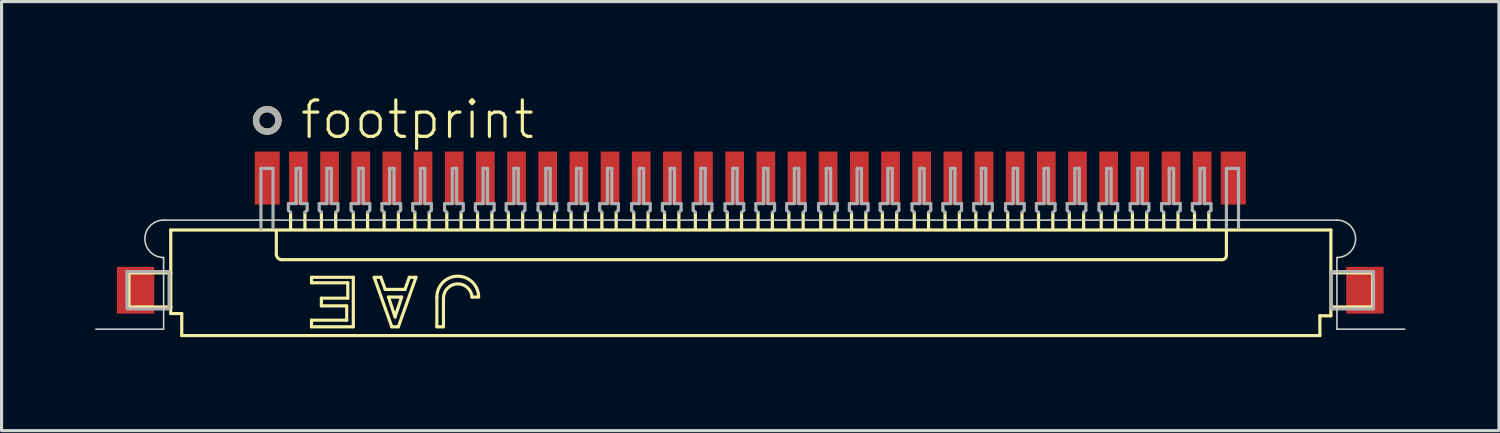
<source format=kicad_pcb>
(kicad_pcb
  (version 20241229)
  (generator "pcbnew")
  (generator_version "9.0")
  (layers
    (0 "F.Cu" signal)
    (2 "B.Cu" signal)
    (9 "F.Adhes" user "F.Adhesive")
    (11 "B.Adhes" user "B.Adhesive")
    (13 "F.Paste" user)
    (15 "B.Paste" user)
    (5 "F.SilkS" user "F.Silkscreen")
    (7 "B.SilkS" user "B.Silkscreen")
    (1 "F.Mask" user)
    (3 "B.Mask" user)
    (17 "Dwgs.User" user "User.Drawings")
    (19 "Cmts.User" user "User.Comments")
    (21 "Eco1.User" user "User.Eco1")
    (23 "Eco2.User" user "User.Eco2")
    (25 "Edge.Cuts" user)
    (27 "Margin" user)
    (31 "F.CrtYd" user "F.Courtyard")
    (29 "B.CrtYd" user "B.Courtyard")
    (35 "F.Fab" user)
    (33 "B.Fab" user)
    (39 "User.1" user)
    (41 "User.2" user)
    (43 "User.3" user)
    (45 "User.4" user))
  (footprint "footprint"
    (layer "F.Cu")
    (at 21.025 4.013)
    (property "Reference" "footprint" (at -14.5 -2.54 0) (layer "F.SilkS") (effects (font (size 1.168 1.168) (thickness 0.102)) (justify left bottom)))
    (fp_line (start -19.937 1.694) (end -18.596 1.694) (stroke (width 0.102) (type solid)) (layer "F.SilkS"))
    (fp_line (start -19.937 2.788) (end -19.937 1.694) (stroke (width 0.102) (type solid)) (layer "F.SilkS"))
    (fp_line (start -19.937 2.788) (end -18.596 2.788) (stroke (width 0.102) (type solid)) (layer "F.SilkS"))
    (fp_line (start -18.596 0.318) (end -18.596 1.694) (stroke (width 0.102) (type solid)) (layer "F.SilkS"))
    (fp_line (start -18.596 1.694) (end -18.596 2.788) (stroke (width 0.102) (type solid)) (layer "F.SilkS"))
    (fp_line (start -18.596 2.788) (end -18.596 2.999) (stroke (width 0.102) (type solid)) (layer "F.SilkS"))
    (fp_line (start -18.596 2.999) (end -18.243 2.999) (stroke (width 0.102) (type solid)) (layer "F.SilkS"))
    (fp_line (start -18.243 2.999) (end -18.243 3.705) (stroke (width 0.102) (type solid)) (layer "F.SilkS"))
    (fp_line (start -18.243 3.705) (end 18.278 3.705) (stroke (width 0.102) (type solid)) (layer "F.SilkS"))
    (fp_line (start -15.208 0.353) (end -15.208 1.094) (stroke (width 0.102) (type solid)) (layer "F.SilkS"))
    (fp_line (start -15.032 1.27) (end 15.138 1.27) (stroke (width 0.102) (type solid)) (layer "F.SilkS"))
    (fp_line (start -14.75 0.282) (end -14.75 -0.247) (stroke (width 0.102) (type solid)) (layer "F.SilkS"))
    (fp_line (start -14.291 -0.247) (end -14.291 0.282) (stroke (width 0.102) (type solid)) (layer "F.SilkS"))
    (fp_line (start -14.079 1.835) (end -12.738 1.835) (stroke (width 0.102) (type solid)) (layer "F.SilkS"))
    (fp_line (start -14.079 2.011) (end -14.079 1.835) (stroke (width 0.102) (type solid)) (layer "F.SilkS"))
    (fp_line (start -14.079 3.211) (end -12.95 3.211) (stroke (width 0.102) (type solid)) (layer "F.SilkS"))
    (fp_line (start -14.079 3.423) (end -14.079 3.211) (stroke (width 0.102) (type solid)) (layer "F.SilkS"))
    (fp_line (start -13.762 2.505) (end -12.915 2.505) (stroke (width 0.102) (type solid)) (layer "F.SilkS"))
    (fp_line (start -13.762 2.752) (end -13.762 2.505) (stroke (width 0.102) (type solid)) (layer "F.SilkS"))
    (fp_line (start -13.762 0.282) (end -13.762 -0.247) (stroke (width 0.102) (type solid)) (layer "F.SilkS"))
    (fp_line (start -13.303 -0.247) (end -13.303 0.282) (stroke (width 0.102) (type solid)) (layer "F.SilkS"))
    (fp_line (start -12.95 2.752) (end -13.762 2.752) (stroke (width 0.102) (type solid)) (layer "F.SilkS"))
    (fp_line (start -12.95 3.211) (end -12.95 2.752) (stroke (width 0.102) (type solid)) (layer "F.SilkS"))
    (fp_line (start -12.915 2.011) (end -14.079 2.011) (stroke (width 0.102) (type solid)) (layer "F.SilkS"))
    (fp_line (start -12.915 2.505) (end -12.915 2.011) (stroke (width 0.102) (type solid)) (layer "F.SilkS"))
    (fp_line (start -12.738 1.835) (end -12.738 3.423) (stroke (width 0.102) (type solid)) (layer "F.SilkS"))
    (fp_line (start -12.738 3.423) (end -14.079 3.423) (stroke (width 0.102) (type solid)) (layer "F.SilkS"))
    (fp_line (start -12.738 0.282) (end -12.738 -0.247) (stroke (width 0.102) (type solid)) (layer "F.SilkS"))
    (fp_line (start -12.28 -0.247) (end -12.28 0.282) (stroke (width 0.102) (type solid)) (layer "F.SilkS"))
    (fp_line (start -12.068 1.835) (end -11.503 3.423) (stroke (width 0.102) (type solid)) (layer "F.SilkS"))
    (fp_line (start -11.856 1.835) (end -12.068 1.835) (stroke (width 0.102) (type solid)) (layer "F.SilkS"))
    (fp_line (start -11.75 0.282) (end -11.75 -0.247) (stroke (width 0.102) (type solid)) (layer "F.SilkS"))
    (fp_line (start -11.715 2.223) (end -11.856 1.835) (stroke (width 0.102) (type solid)) (layer "F.SilkS"))
    (fp_line (start -11.609 2.47) (end -11.398 3.105) (stroke (width 0.102) (type solid)) (layer "F.SilkS"))
    (fp_line (start -11.503 3.423) (end -11.292 3.423) (stroke (width 0.102) (type solid)) (layer "F.SilkS"))
    (fp_line (start -11.398 3.105) (end -11.186 2.47) (stroke (width 0.102) (type solid)) (layer "F.SilkS"))
    (fp_line (start -11.292 3.423) (end -10.727 1.835) (stroke (width 0.102) (type solid)) (layer "F.SilkS"))
    (fp_line (start -11.291 -0.247) (end -11.291 0.282) (stroke (width 0.102) (type solid)) (layer "F.SilkS"))
    (fp_line (start -11.186 2.47) (end -11.609 2.47) (stroke (width 0.102) (type solid)) (layer "F.SilkS"))
    (fp_line (start -11.08 2.223) (end -11.715 2.223) (stroke (width 0.102) (type solid)) (layer "F.SilkS"))
    (fp_line (start -10.939 1.835) (end -11.08 2.223) (stroke (width 0.102) (type solid)) (layer "F.SilkS"))
    (fp_line (start -10.762 0.282) (end -10.762 -0.247) (stroke (width 0.102) (type solid)) (layer "F.SilkS"))
    (fp_line (start -10.727 1.835) (end -10.939 1.835) (stroke (width 0.102) (type solid)) (layer "F.SilkS"))
    (fp_line (start -10.303 -0.247) (end -10.303 0.282) (stroke (width 0.102) (type solid)) (layer "F.SilkS"))
    (fp_line (start -10.057 3.423) (end -10.057 2.47) (stroke (width 0.102) (type solid)) (layer "F.SilkS"))
    (fp_line (start -10.057 3.423) (end -9.845 3.423) (stroke (width 0.102) (type solid)) (layer "F.SilkS"))
    (fp_line (start -9.845 3.423) (end -9.845 2.505) (stroke (width 0.102) (type solid)) (layer "F.SilkS"))
    (fp_line (start -9.738 0.282) (end -9.738 -0.247) (stroke (width 0.102) (type solid)) (layer "F.SilkS"))
    (fp_line (start -9.28 -0.247) (end -9.28 0.282) (stroke (width 0.102) (type solid)) (layer "F.SilkS"))
    (fp_line (start -8.928 2.47) (end -8.751 2.47) (stroke (width 0.102) (type solid)) (layer "F.SilkS"))
    (fp_line (start -8.75 0.282) (end -8.75 -0.247) (stroke (width 0.102) (type solid)) (layer "F.SilkS"))
    (fp_line (start -8.291 -0.247) (end -8.291 0.282) (stroke (width 0.102) (type solid)) (layer "F.SilkS"))
    (fp_line (start -7.762 0.282) (end -7.762 -0.247) (stroke (width 0.102) (type solid)) (layer "F.SilkS"))
    (fp_line (start -7.303 -0.247) (end -7.303 0.282) (stroke (width 0.102) (type solid)) (layer "F.SilkS"))
    (fp_line (start -6.738 0.282) (end -6.738 -0.247) (stroke (width 0.102) (type solid)) (layer "F.SilkS"))
    (fp_line (start -6.28 -0.247) (end -6.28 0.282) (stroke (width 0.102) (type solid)) (layer "F.SilkS"))
    (fp_line (start -5.75 0.282) (end -5.75 -0.247) (stroke (width 0.102) (type solid)) (layer "F.SilkS"))
    (fp_line (start -5.291 -0.247) (end -5.291 0.282) (stroke (width 0.102) (type solid)) (layer "F.SilkS"))
    (fp_line (start -4.762 0.282) (end -4.762 -0.247) (stroke (width 0.102) (type solid)) (layer "F.SilkS"))
    (fp_line (start -4.303 -0.247) (end -4.303 0.282) (stroke (width 0.102) (type solid)) (layer "F.SilkS"))
    (fp_line (start -3.738 0.282) (end -3.738 -0.247) (stroke (width 0.102) (type solid)) (layer "F.SilkS"))
    (fp_line (start -3.28 -0.247) (end -3.28 0.282) (stroke (width 0.102) (type solid)) (layer "F.SilkS"))
    (fp_line (start -2.75 0.282) (end -2.75 -0.247) (stroke (width 0.102) (type solid)) (layer "F.SilkS"))
    (fp_line (start -2.291 -0.247) (end -2.291 0.282) (stroke (width 0.102) (type solid)) (layer "F.SilkS"))
    (fp_line (start -1.762 0.282) (end -1.762 -0.247) (stroke (width 0.102) (type solid)) (layer "F.SilkS"))
    (fp_line (start -1.303 -0.247) (end -1.303 0.282) (stroke (width 0.102) (type solid)) (layer "F.SilkS"))
    (fp_line (start -0.738 0.282) (end -0.738 -0.247) (stroke (width 0.102) (type solid)) (layer "F.SilkS"))
    (fp_line (start -0.28 -0.247) (end -0.28 0.282) (stroke (width 0.102) (type solid)) (layer "F.SilkS"))
    (fp_line (start 0.25 0.282) (end 0.25 -0.247) (stroke (width 0.102) (type solid)) (layer "F.SilkS"))
    (fp_line (start 0.709 -0.247) (end 0.709 0.282) (stroke (width 0.102) (type solid)) (layer "F.SilkS"))
    (fp_line (start 1.238 0.282) (end 1.238 -0.247) (stroke (width 0.102) (type solid)) (layer "F.SilkS"))
    (fp_line (start 1.697 -0.247) (end 1.697 0.282) (stroke (width 0.102) (type solid)) (layer "F.SilkS"))
    (fp_line (start 2.262 0.282) (end 2.262 -0.247) (stroke (width 0.102) (type solid)) (layer "F.SilkS"))
    (fp_line (start 2.72 -0.247) (end 2.72 0.282) (stroke (width 0.102) (type solid)) (layer "F.SilkS"))
    (fp_line (start 3.25 0.282) (end 3.25 -0.247) (stroke (width 0.102) (type solid)) (layer "F.SilkS"))
    (fp_line (start 3.709 -0.247) (end 3.709 0.282) (stroke (width 0.102) (type solid)) (layer "F.SilkS"))
    (fp_line (start 4.238 0.282) (end 4.238 -0.247) (stroke (width 0.102) (type solid)) (layer "F.SilkS"))
    (fp_line (start 4.697 -0.247) (end 4.697 0.282) (stroke (width 0.102) (type solid)) (layer "F.SilkS"))
    (fp_line (start 5.262 0.282) (end 5.262 -0.247) (stroke (width 0.102) (type solid)) (layer "F.SilkS"))
    (fp_line (start 5.72 -0.247) (end 5.72 0.282) (stroke (width 0.102) (type solid)) (layer "F.SilkS"))
    (fp_line (start 6.25 0.282) (end 6.25 -0.247) (stroke (width 0.102) (type solid)) (layer "F.SilkS"))
    (fp_line (start 6.709 -0.247) (end 6.709 0.282) (stroke (width 0.102) (type solid)) (layer "F.SilkS"))
    (fp_line (start 7.238 0.282) (end 7.238 -0.247) (stroke (width 0.102) (type solid)) (layer "F.SilkS"))
    (fp_line (start 7.697 -0.247) (end 7.697 0.282) (stroke (width 0.102) (type solid)) (layer "F.SilkS"))
    (fp_line (start 8.262 0.282) (end 8.262 -0.247) (stroke (width 0.102) (type solid)) (layer "F.SilkS"))
    (fp_line (start 8.72 -0.247) (end 8.72 0.282) (stroke (width 0.102) (type solid)) (layer "F.SilkS"))
    (fp_line (start 9.25 0.282) (end 9.25 -0.247) (stroke (width 0.102) (type solid)) (layer "F.SilkS"))
    (fp_line (start 9.709 -0.247) (end 9.709 0.282) (stroke (width 0.102) (type solid)) (layer "F.SilkS"))
    (fp_line (start 10.238 0.282) (end 10.238 -0.247) (stroke (width 0.102) (type solid)) (layer "F.SilkS"))
    (fp_line (start 10.697 -0.247) (end 10.697 0.282) (stroke (width 0.102) (type solid)) (layer "F.SilkS"))
    (fp_line (start 11.262 0.282) (end 11.262 -0.247) (stroke (width 0.102) (type solid)) (layer "F.SilkS"))
    (fp_line (start 11.72 -0.247) (end 11.72 0.282) (stroke (width 0.102) (type solid)) (layer "F.SilkS"))
    (fp_line (start 12.262 0.282) (end 12.262 -0.247) (stroke (width 0.102) (type solid)) (layer "F.SilkS"))
    (fp_line (start 12.72 -0.247) (end 12.72 0.282) (stroke (width 0.102) (type solid)) (layer "F.SilkS"))
    (fp_line (start 13.267 0.282) (end 13.267 -0.247) (stroke (width 0.102) (type solid)) (layer "F.SilkS"))
    (fp_line (start 13.726 -0.247) (end 13.726 0.282) (stroke (width 0.102) (type solid)) (layer "F.SilkS"))
    (fp_line (start 14.255 0.282) (end 14.255 -0.247) (stroke (width 0.102) (type solid)) (layer "F.SilkS"))
    (fp_line (start 14.714 -0.247) (end 14.714 0.282) (stroke (width 0.102) (type solid)) (layer "F.SilkS"))
    (fp_line (start 15.279 1.129) (end 15.279 0.353) (stroke (width 0.102) (type solid)) (layer "F.SilkS"))
    (fp_line (start 18.278 3.07) (end 18.631 3.07) (stroke (width 0.102) (type solid)) (layer "F.SilkS"))
    (fp_line (start 18.278 3.705) (end 18.278 3.07) (stroke (width 0.102) (type solid)) (layer "F.SilkS"))
    (fp_line (start 18.631 0.318) (end -18.596 0.318) (stroke (width 0.102) (type solid)) (layer "F.SilkS"))
    (fp_line (start 18.631 3.07) (end 18.631 0.318) (stroke (width 0.102) (type solid)) (layer "F.SilkS"))
    (fp_line (start 18.666 1.694) (end 19.972 1.694) (stroke (width 0.102) (type solid)) (layer "F.SilkS"))
    (fp_line (start 19.972 1.694) (end 19.972 2.788) (stroke (width 0.102) (type solid)) (layer "F.SilkS"))
    (fp_line (start 19.972 2.788) (end 18.666 2.788) (stroke (width 0.102) (type solid)) (layer "F.SilkS"))
    (fp_arc (start -15.032 1.2702) (mid -15.156734 1.218534) (end -15.2084 1.0938) (stroke (width 0.1016) (type solid)) (layer "F.SilkS"))
    (fp_arc (start -10.0566 2.4699) (mid -9.3862 1.7995) (end -8.7158 2.4699) (stroke (width 0.1016) (type solid)) (layer "F.SilkS"))
    (fp_arc (start -9.8449 2.5052) (mid -9.40317 2.046544) (end -8.927499 2.469898) (stroke (width 0.1016) (type solid)) (layer "F.SilkS"))
    (fp_arc (start 15.2787 1.1291) (mid 15.237373 1.228873) (end 15.1376 1.2702) (stroke (width 0.1016) (type solid)) (layer "F.SilkS"))
    (fp_circle (center -15.5 -3.2) (end -15.139 -3.2) (stroke (width 0.2) (type solid)) (fill no) (layer "F.SilkS"))
    (fp_line (start -21 3.5) (end -18.825 3.5) (stroke (width 0.05) (type solid)) (layer "Edge.Cuts"))
    (fp_line (start -18.825 0) (end 18.825 0) (stroke (width 0.05) (type solid)) (layer "Edge.Cuts"))
    (fp_line (start -18.825 3.5) (end -18.825 1.2) (stroke (width 0.05) (type solid)) (layer "Edge.Cuts"))
    (fp_line (start 18.825 1.2) (end 18.825 3.5) (stroke (width 0.05) (type solid)) (layer "Edge.Cuts"))
    (fp_line (start 18.825 3.5) (end 21 3.5) (stroke (width 0.05) (type solid)) (layer "Edge.Cuts"))
    (fp_arc (start -18.825 1.2) (mid -19.425 0.6) (end -18.825 0) (stroke (width 0.05) (type solid)) (layer "Edge.Cuts"))
    (fp_arc (start 18.825 0) (mid 19.425 0.6) (end 18.825 1.2) (stroke (width 0.05) (type solid)) (layer "Edge.Cuts"))
    (fp_line (start -15.702 -1.659) (end -15.314 -1.659) (stroke (width 0.102) (type solid)) (layer "F.Fab"))
    (fp_line (start -15.702 0.282) (end -15.702 -1.659) (stroke (width 0.102) (type solid)) (layer "F.Fab"))
    (fp_line (start -15.314 -1.659) (end -15.314 0.247) (stroke (width 0.102) (type solid)) (layer "F.Fab"))
    (fp_line (start -14.82 -0.529) (end -14.573 -0.529) (stroke (width 0.102) (type solid)) (layer "F.Fab"))
    (fp_line (start -14.82 -0.318) (end -14.82 -0.529) (stroke (width 0.102) (type solid)) (layer "F.Fab"))
    (fp_line (start -14.75 -0.247) (end -14.82 -0.318) (stroke (width 0.102) (type solid)) (layer "F.Fab"))
    (fp_line (start -14.573 -1.659) (end -14.432 -1.659) (stroke (width 0.102) (type solid)) (layer "F.Fab"))
    (fp_line (start -14.573 -0.529) (end -14.573 -1.659) (stroke (width 0.102) (type solid)) (layer "F.Fab"))
    (fp_line (start -14.432 -1.659) (end -14.432 -0.529) (stroke (width 0.102) (type solid)) (layer "F.Fab"))
    (fp_line (start -14.432 -0.529) (end -14.22 -0.529) (stroke (width 0.102) (type solid)) (layer "F.Fab"))
    (fp_line (start -14.22 -0.529) (end -14.22 -0.318) (stroke (width 0.102) (type solid)) (layer "F.Fab"))
    (fp_line (start -14.22 -0.318) (end -14.291 -0.247) (stroke (width 0.102) (type solid)) (layer "F.Fab"))
    (fp_line (start -13.832 -0.529) (end -13.585 -0.529) (stroke (width 0.102) (type solid)) (layer "F.Fab"))
    (fp_line (start -13.832 -0.318) (end -13.832 -0.529) (stroke (width 0.102) (type solid)) (layer "F.Fab"))
    (fp_line (start -13.762 -0.247) (end -13.832 -0.318) (stroke (width 0.102) (type solid)) (layer "F.Fab"))
    (fp_line (start -13.585 -1.659) (end -13.444 -1.659) (stroke (width 0.102) (type solid)) (layer "F.Fab"))
    (fp_line (start -13.585 -0.529) (end -13.585 -1.659) (stroke (width 0.102) (type solid)) (layer "F.Fab"))
    (fp_line (start -13.444 -1.659) (end -13.444 -0.529) (stroke (width 0.102) (type solid)) (layer "F.Fab"))
    (fp_line (start -13.444 -0.529) (end -13.232 -0.529) (stroke (width 0.102) (type solid)) (layer "F.Fab"))
    (fp_line (start -13.232 -0.529) (end -13.232 -0.318) (stroke (width 0.102) (type solid)) (layer "F.Fab"))
    (fp_line (start -13.232 -0.318) (end -13.303 -0.247) (stroke (width 0.102) (type solid)) (layer "F.Fab"))
    (fp_line (start -12.809 -0.529) (end -12.562 -0.529) (stroke (width 0.102) (type solid)) (layer "F.Fab"))
    (fp_line (start -12.809 -0.318) (end -12.809 -0.529) (stroke (width 0.102) (type solid)) (layer "F.Fab"))
    (fp_line (start -12.738 -0.247) (end -12.809 -0.318) (stroke (width 0.102) (type solid)) (layer "F.Fab"))
    (fp_line (start -12.562 -1.659) (end -12.421 -1.659) (stroke (width 0.102) (type solid)) (layer "F.Fab"))
    (fp_line (start -12.562 -0.529) (end -12.562 -1.659) (stroke (width 0.102) (type solid)) (layer "F.Fab"))
    (fp_line (start -12.421 -1.659) (end -12.421 -0.529) (stroke (width 0.102) (type solid)) (layer "F.Fab"))
    (fp_line (start -12.421 -0.529) (end -12.209 -0.529) (stroke (width 0.102) (type solid)) (layer "F.Fab"))
    (fp_line (start -12.209 -0.529) (end -12.209 -0.318) (stroke (width 0.102) (type solid)) (layer "F.Fab"))
    (fp_line (start -12.209 -0.318) (end -12.28 -0.247) (stroke (width 0.102) (type solid)) (layer "F.Fab"))
    (fp_line (start -11.82 -0.529) (end -11.573 -0.529) (stroke (width 0.102) (type solid)) (layer "F.Fab"))
    (fp_line (start -11.82 -0.318) (end -11.82 -0.529) (stroke (width 0.102) (type solid)) (layer "F.Fab"))
    (fp_line (start -11.75 -0.247) (end -11.82 -0.318) (stroke (width 0.102) (type solid)) (layer "F.Fab"))
    (fp_line (start -11.573 -1.659) (end -11.432 -1.659) (stroke (width 0.102) (type solid)) (layer "F.Fab"))
    (fp_line (start -11.573 -0.529) (end -11.573 -1.659) (stroke (width 0.102) (type solid)) (layer "F.Fab"))
    (fp_line (start -11.432 -1.659) (end -11.432 -0.529) (stroke (width 0.102) (type solid)) (layer "F.Fab"))
    (fp_line (start -11.432 -0.529) (end -11.22 -0.529) (stroke (width 0.102) (type solid)) (layer "F.Fab"))
    (fp_line (start -11.22 -0.529) (end -11.22 -0.318) (stroke (width 0.102) (type solid)) (layer "F.Fab"))
    (fp_line (start -11.22 -0.318) (end -11.291 -0.247) (stroke (width 0.102) (type solid)) (layer "F.Fab"))
    (fp_line (start -10.832 -0.529) (end -10.585 -0.529) (stroke (width 0.102) (type solid)) (layer "F.Fab"))
    (fp_line (start -10.832 -0.318) (end -10.832 -0.529) (stroke (width 0.102) (type solid)) (layer "F.Fab"))
    (fp_line (start -10.762 -0.247) (end -10.832 -0.318) (stroke (width 0.102) (type solid)) (layer "F.Fab"))
    (fp_line (start -10.585 -1.659) (end -10.444 -1.659) (stroke (width 0.102) (type solid)) (layer "F.Fab"))
    (fp_line (start -10.585 -0.529) (end -10.585 -1.659) (stroke (width 0.102) (type solid)) (layer "F.Fab"))
    (fp_line (start -10.444 -1.659) (end -10.444 -0.529) (stroke (width 0.102) (type solid)) (layer "F.Fab"))
    (fp_line (start -10.444 -0.529) (end -10.232 -0.529) (stroke (width 0.102) (type solid)) (layer "F.Fab"))
    (fp_line (start -10.232 -0.529) (end -10.232 -0.318) (stroke (width 0.102) (type solid)) (layer "F.Fab"))
    (fp_line (start -10.232 -0.318) (end -10.303 -0.247) (stroke (width 0.102) (type solid)) (layer "F.Fab"))
    (fp_line (start -9.809 -0.529) (end -9.562 -0.529) (stroke (width 0.102) (type solid)) (layer "F.Fab"))
    (fp_line (start -9.809 -0.318) (end -9.809 -0.529) (stroke (width 0.102) (type solid)) (layer "F.Fab"))
    (fp_line (start -9.738 -0.247) (end -9.809 -0.318) (stroke (width 0.102) (type solid)) (layer "F.Fab"))
    (fp_line (start -9.562 -1.659) (end -9.421 -1.659) (stroke (width 0.102) (type solid)) (layer "F.Fab"))
    (fp_line (start -9.562 -0.529) (end -9.562 -1.659) (stroke (width 0.102) (type solid)) (layer "F.Fab"))
    (fp_line (start -9.421 -1.659) (end -9.421 -0.529) (stroke (width 0.102) (type solid)) (layer "F.Fab"))
    (fp_line (start -9.421 -0.529) (end -9.209 -0.529) (stroke (width 0.102) (type solid)) (layer "F.Fab"))
    (fp_line (start -9.209 -0.529) (end -9.209 -0.318) (stroke (width 0.102) (type solid)) (layer "F.Fab"))
    (fp_line (start -9.209 -0.318) (end -9.28 -0.247) (stroke (width 0.102) (type solid)) (layer "F.Fab"))
    (fp_line (start -8.82 -0.529) (end -8.573 -0.529) (stroke (width 0.102) (type solid)) (layer "F.Fab"))
    (fp_line (start -8.82 -0.318) (end -8.82 -0.529) (stroke (width 0.102) (type solid)) (layer "F.Fab"))
    (fp_line (start -8.75 -0.247) (end -8.82 -0.318) (stroke (width 0.102) (type solid)) (layer "F.Fab"))
    (fp_line (start -8.573 -1.659) (end -8.432 -1.659) (stroke (width 0.102) (type solid)) (layer "F.Fab"))
    (fp_line (start -8.573 -0.529) (end -8.573 -1.659) (stroke (width 0.102) (type solid)) (layer "F.Fab"))
    (fp_line (start -8.432 -1.659) (end -8.432 -0.529) (stroke (width 0.102) (type solid)) (layer "F.Fab"))
    (fp_line (start -8.432 -0.529) (end -8.22 -0.529) (stroke (width 0.102) (type solid)) (layer "F.Fab"))
    (fp_line (start -8.22 -0.529) (end -8.22 -0.318) (stroke (width 0.102) (type solid)) (layer "F.Fab"))
    (fp_line (start -8.22 -0.318) (end -8.291 -0.247) (stroke (width 0.102) (type solid)) (layer "F.Fab"))
    (fp_line (start -7.832 -0.529) (end -7.585 -0.529) (stroke (width 0.102) (type solid)) (layer "F.Fab"))
    (fp_line (start -7.832 -0.318) (end -7.832 -0.529) (stroke (width 0.102) (type solid)) (layer "F.Fab"))
    (fp_line (start -7.762 -0.247) (end -7.832 -0.318) (stroke (width 0.102) (type solid)) (layer "F.Fab"))
    (fp_line (start -7.585 -1.659) (end -7.444 -1.659) (stroke (width 0.102) (type solid)) (layer "F.Fab"))
    (fp_line (start -7.585 -0.529) (end -7.585 -1.659) (stroke (width 0.102) (type solid)) (layer "F.Fab"))
    (fp_line (start -7.444 -1.659) (end -7.444 -0.529) (stroke (width 0.102) (type solid)) (layer "F.Fab"))
    (fp_line (start -7.444 -0.529) (end -7.232 -0.529) (stroke (width 0.102) (type solid)) (layer "F.Fab"))
    (fp_line (start -7.232 -0.529) (end -7.232 -0.318) (stroke (width 0.102) (type solid)) (layer "F.Fab"))
    (fp_line (start -7.232 -0.318) (end -7.303 -0.247) (stroke (width 0.102) (type solid)) (layer "F.Fab"))
    (fp_line (start -6.809 -0.529) (end -6.562 -0.529) (stroke (width 0.102) (type solid)) (layer "F.Fab"))
    (fp_line (start -6.809 -0.318) (end -6.809 -0.529) (stroke (width 0.102) (type solid)) (layer "F.Fab"))
    (fp_line (start -6.738 -0.247) (end -6.809 -0.318) (stroke (width 0.102) (type solid)) (layer "F.Fab"))
    (fp_line (start -6.562 -1.659) (end -6.421 -1.659) (stroke (width 0.102) (type solid)) (layer "F.Fab"))
    (fp_line (start -6.562 -0.529) (end -6.562 -1.659) (stroke (width 0.102) (type solid)) (layer "F.Fab"))
    (fp_line (start -6.421 -1.659) (end -6.421 -0.529) (stroke (width 0.102) (type solid)) (layer "F.Fab"))
    (fp_line (start -6.421 -0.529) (end -6.209 -0.529) (stroke (width 0.102) (type solid)) (layer "F.Fab"))
    (fp_line (start -6.209 -0.529) (end -6.209 -0.318) (stroke (width 0.102) (type solid)) (layer "F.Fab"))
    (fp_line (start -6.209 -0.318) (end -6.28 -0.247) (stroke (width 0.102) (type solid)) (layer "F.Fab"))
    (fp_line (start -5.82 -0.529) (end -5.573 -0.529) (stroke (width 0.102) (type solid)) (layer "F.Fab"))
    (fp_line (start -5.82 -0.318) (end -5.82 -0.529) (stroke (width 0.102) (type solid)) (layer "F.Fab"))
    (fp_line (start -5.75 -0.247) (end -5.82 -0.318) (stroke (width 0.102) (type solid)) (layer "F.Fab"))
    (fp_line (start -5.573 -1.659) (end -5.432 -1.659) (stroke (width 0.102) (type solid)) (layer "F.Fab"))
    (fp_line (start -5.573 -0.529) (end -5.573 -1.659) (stroke (width 0.102) (type solid)) (layer "F.Fab"))
    (fp_line (start -5.432 -1.659) (end -5.432 -0.529) (stroke (width 0.102) (type solid)) (layer "F.Fab"))
    (fp_line (start -5.432 -0.529) (end -5.22 -0.529) (stroke (width 0.102) (type solid)) (layer "F.Fab"))
    (fp_line (start -5.22 -0.529) (end -5.22 -0.318) (stroke (width 0.102) (type solid)) (layer "F.Fab"))
    (fp_line (start -5.22 -0.318) (end -5.291 -0.247) (stroke (width 0.102) (type solid)) (layer "F.Fab"))
    (fp_line (start -4.832 -0.529) (end -4.585 -0.529) (stroke (width 0.102) (type solid)) (layer "F.Fab"))
    (fp_line (start -4.832 -0.318) (end -4.832 -0.529) (stroke (width 0.102) (type solid)) (layer "F.Fab"))
    (fp_line (start -4.762 -0.247) (end -4.832 -0.318) (stroke (width 0.102) (type solid)) (layer "F.Fab"))
    (fp_line (start -4.585 -1.659) (end -4.444 -1.659) (stroke (width 0.102) (type solid)) (layer "F.Fab"))
    (fp_line (start -4.585 -0.529) (end -4.585 -1.659) (stroke (width 0.102) (type solid)) (layer "F.Fab"))
    (fp_line (start -4.444 -1.659) (end -4.444 -0.529) (stroke (width 0.102) (type solid)) (layer "F.Fab"))
    (fp_line (start -4.444 -0.529) (end -4.232 -0.529) (stroke (width 0.102) (type solid)) (layer "F.Fab"))
    (fp_line (start -4.232 -0.529) (end -4.232 -0.318) (stroke (width 0.102) (type solid)) (layer "F.Fab"))
    (fp_line (start -4.232 -0.318) (end -4.303 -0.247) (stroke (width 0.102) (type solid)) (layer "F.Fab"))
    (fp_line (start -3.809 -0.529) (end -3.562 -0.529) (stroke (width 0.102) (type solid)) (layer "F.Fab"))
    (fp_line (start -3.809 -0.318) (end -3.809 -0.529) (stroke (width 0.102) (type solid)) (layer "F.Fab"))
    (fp_line (start -3.738 -0.247) (end -3.809 -0.318) (stroke (width 0.102) (type solid)) (layer "F.Fab"))
    (fp_line (start -3.562 -1.659) (end -3.421 -1.659) (stroke (width 0.102) (type solid)) (layer "F.Fab"))
    (fp_line (start -3.562 -0.529) (end -3.562 -1.659) (stroke (width 0.102) (type solid)) (layer "F.Fab"))
    (fp_line (start -3.421 -1.659) (end -3.421 -0.529) (stroke (width 0.102) (type solid)) (layer "F.Fab"))
    (fp_line (start -3.421 -0.529) (end -3.209 -0.529) (stroke (width 0.102) (type solid)) (layer "F.Fab"))
    (fp_line (start -3.209 -0.529) (end -3.209 -0.318) (stroke (width 0.102) (type solid)) (layer "F.Fab"))
    (fp_line (start -3.209 -0.318) (end -3.28 -0.247) (stroke (width 0.102) (type solid)) (layer "F.Fab"))
    (fp_line (start -2.82 -0.529) (end -2.573 -0.529) (stroke (width 0.102) (type solid)) (layer "F.Fab"))
    (fp_line (start -2.82 -0.318) (end -2.82 -0.529) (stroke (width 0.102) (type solid)) (layer "F.Fab"))
    (fp_line (start -2.75 -0.247) (end -2.82 -0.318) (stroke (width 0.102) (type solid)) (layer "F.Fab"))
    (fp_line (start -2.573 -1.659) (end -2.432 -1.659) (stroke (width 0.102) (type solid)) (layer "F.Fab"))
    (fp_line (start -2.573 -0.529) (end -2.573 -1.659) (stroke (width 0.102) (type solid)) (layer "F.Fab"))
    (fp_line (start -2.432 -1.659) (end -2.432 -0.529) (stroke (width 0.102) (type solid)) (layer "F.Fab"))
    (fp_line (start -2.432 -0.529) (end -2.22 -0.529) (stroke (width 0.102) (type solid)) (layer "F.Fab"))
    (fp_line (start -2.22 -0.529) (end -2.22 -0.318) (stroke (width 0.102) (type solid)) (layer "F.Fab"))
    (fp_line (start -2.22 -0.318) (end -2.291 -0.247) (stroke (width 0.102) (type solid)) (layer "F.Fab"))
    (fp_line (start -1.832 -0.529) (end -1.585 -0.529) (stroke (width 0.102) (type solid)) (layer "F.Fab"))
    (fp_line (start -1.832 -0.318) (end -1.832 -0.529) (stroke (width 0.102) (type solid)) (layer "F.Fab"))
    (fp_line (start -1.762 -0.247) (end -1.832 -0.318) (stroke (width 0.102) (type solid)) (layer "F.Fab"))
    (fp_line (start -1.585 -1.659) (end -1.444 -1.659) (stroke (width 0.102) (type solid)) (layer "F.Fab"))
    (fp_line (start -1.585 -0.529) (end -1.585 -1.659) (stroke (width 0.102) (type solid)) (layer "F.Fab"))
    (fp_line (start -1.444 -1.659) (end -1.444 -0.529) (stroke (width 0.102) (type solid)) (layer "F.Fab"))
    (fp_line (start -1.444 -0.529) (end -1.232 -0.529) (stroke (width 0.102) (type solid)) (layer "F.Fab"))
    (fp_line (start -1.232 -0.529) (end -1.232 -0.318) (stroke (width 0.102) (type solid)) (layer "F.Fab"))
    (fp_line (start -1.232 -0.318) (end -1.303 -0.247) (stroke (width 0.102) (type solid)) (layer "F.Fab"))
    (fp_line (start -0.809 -0.529) (end -0.562 -0.529) (stroke (width 0.102) (type solid)) (layer "F.Fab"))
    (fp_line (start -0.809 -0.318) (end -0.809 -0.529) (stroke (width 0.102) (type solid)) (layer "F.Fab"))
    (fp_line (start -0.738 -0.247) (end -0.809 -0.318) (stroke (width 0.102) (type solid)) (layer "F.Fab"))
    (fp_line (start -0.562 -1.659) (end -0.421 -1.659) (stroke (width 0.102) (type solid)) (layer "F.Fab"))
    (fp_line (start -0.562 -0.529) (end -0.562 -1.659) (stroke (width 0.102) (type solid)) (layer "F.Fab"))
    (fp_line (start -0.421 -1.659) (end -0.421 -0.529) (stroke (width 0.102) (type solid)) (layer "F.Fab"))
    (fp_line (start -0.421 -0.529) (end -0.209 -0.529) (stroke (width 0.102) (type solid)) (layer "F.Fab"))
    (fp_line (start -0.209 -0.529) (end -0.209 -0.318) (stroke (width 0.102) (type solid)) (layer "F.Fab"))
    (fp_line (start -0.209 -0.318) (end -0.28 -0.247) (stroke (width 0.102) (type solid)) (layer "F.Fab"))
    (fp_line (start 0.18 -0.529) (end 0.427 -0.529) (stroke (width 0.102) (type solid)) (layer "F.Fab"))
    (fp_line (start 0.18 -0.318) (end 0.18 -0.529) (stroke (width 0.102) (type solid)) (layer "F.Fab"))
    (fp_line (start 0.25 -0.247) (end 0.18 -0.318) (stroke (width 0.102) (type solid)) (layer "F.Fab"))
    (fp_line (start 0.427 -1.659) (end 0.568 -1.659) (stroke (width 0.102) (type solid)) (layer "F.Fab"))
    (fp_line (start 0.427 -0.529) (end 0.427 -1.659) (stroke (width 0.102) (type solid)) (layer "F.Fab"))
    (fp_line (start 0.568 -1.659) (end 0.568 -0.529) (stroke (width 0.102) (type solid)) (layer "F.Fab"))
    (fp_line (start 0.568 -0.529) (end 0.78 -0.529) (stroke (width 0.102) (type solid)) (layer "F.Fab"))
    (fp_line (start 0.78 -0.529) (end 0.78 -0.318) (stroke (width 0.102) (type solid)) (layer "F.Fab"))
    (fp_line (start 0.78 -0.318) (end 0.709 -0.247) (stroke (width 0.102) (type solid)) (layer "F.Fab"))
    (fp_line (start 1.168 -0.529) (end 1.415 -0.529) (stroke (width 0.102) (type solid)) (layer "F.Fab"))
    (fp_line (start 1.168 -0.318) (end 1.168 -0.529) (stroke (width 0.102) (type solid)) (layer "F.Fab"))
    (fp_line (start 1.238 -0.247) (end 1.168 -0.318) (stroke (width 0.102) (type solid)) (layer "F.Fab"))
    (fp_line (start 1.415 -1.659) (end 1.556 -1.659) (stroke (width 0.102) (type solid)) (layer "F.Fab"))
    (fp_line (start 1.415 -0.529) (end 1.415 -1.659) (stroke (width 0.102) (type solid)) (layer "F.Fab"))
    (fp_line (start 1.556 -1.659) (end 1.556 -0.529) (stroke (width 0.102) (type solid)) (layer "F.Fab"))
    (fp_line (start 1.556 -0.529) (end 1.768 -0.529) (stroke (width 0.102) (type solid)) (layer "F.Fab"))
    (fp_line (start 1.768 -0.529) (end 1.768 -0.318) (stroke (width 0.102) (type solid)) (layer "F.Fab"))
    (fp_line (start 1.768 -0.318) (end 1.697 -0.247) (stroke (width 0.102) (type solid)) (layer "F.Fab"))
    (fp_line (start 2.191 -0.529) (end 2.438 -0.529) (stroke (width 0.102) (type solid)) (layer "F.Fab"))
    (fp_line (start 2.191 -0.318) (end 2.191 -0.529) (stroke (width 0.102) (type solid)) (layer "F.Fab"))
    (fp_line (start 2.262 -0.247) (end 2.191 -0.318) (stroke (width 0.102) (type solid)) (layer "F.Fab"))
    (fp_line (start 2.438 -1.659) (end 2.579 -1.659) (stroke (width 0.102) (type solid)) (layer "F.Fab"))
    (fp_line (start 2.438 -0.529) (end 2.438 -1.659) (stroke (width 0.102) (type solid)) (layer "F.Fab"))
    (fp_line (start 2.579 -1.659) (end 2.579 -0.529) (stroke (width 0.102) (type solid)) (layer "F.Fab"))
    (fp_line (start 2.579 -0.529) (end 2.791 -0.529) (stroke (width 0.102) (type solid)) (layer "F.Fab"))
    (fp_line (start 2.791 -0.529) (end 2.791 -0.318) (stroke (width 0.102) (type solid)) (layer "F.Fab"))
    (fp_line (start 2.791 -0.318) (end 2.72 -0.247) (stroke (width 0.102) (type solid)) (layer "F.Fab"))
    (fp_line (start 3.18 -0.529) (end 3.427 -0.529) (stroke (width 0.102) (type solid)) (layer "F.Fab"))
    (fp_line (start 3.18 -0.318) (end 3.18 -0.529) (stroke (width 0.102) (type solid)) (layer "F.Fab"))
    (fp_line (start 3.25 -0.247) (end 3.18 -0.318) (stroke (width 0.102) (type solid)) (layer "F.Fab"))
    (fp_line (start 3.427 -1.659) (end 3.568 -1.659) (stroke (width 0.102) (type solid)) (layer "F.Fab"))
    (fp_line (start 3.427 -0.529) (end 3.427 -1.659) (stroke (width 0.102) (type solid)) (layer "F.Fab"))
    (fp_line (start 3.568 -1.659) (end 3.568 -0.529) (stroke (width 0.102) (type solid)) (layer "F.Fab"))
    (fp_line (start 3.568 -0.529) (end 3.78 -0.529) (stroke (width 0.102) (type solid)) (layer "F.Fab"))
    (fp_line (start 3.78 -0.529) (end 3.78 -0.318) (stroke (width 0.102) (type solid)) (layer "F.Fab"))
    (fp_line (start 3.78 -0.318) (end 3.709 -0.247) (stroke (width 0.102) (type solid)) (layer "F.Fab"))
    (fp_line (start 4.168 -0.529) (end 4.415 -0.529) (stroke (width 0.102) (type solid)) (layer "F.Fab"))
    (fp_line (start 4.168 -0.318) (end 4.168 -0.529) (stroke (width 0.102) (type solid)) (layer "F.Fab"))
    (fp_line (start 4.238 -0.247) (end 4.168 -0.318) (stroke (width 0.102) (type solid)) (layer "F.Fab"))
    (fp_line (start 4.415 -1.659) (end 4.556 -1.659) (stroke (width 0.102) (type solid)) (layer "F.Fab"))
    (fp_line (start 4.415 -0.529) (end 4.415 -1.659) (stroke (width 0.102) (type solid)) (layer "F.Fab"))
    (fp_line (start 4.556 -1.659) (end 4.556 -0.529) (stroke (width 0.102) (type solid)) (layer "F.Fab"))
    (fp_line (start 4.556 -0.529) (end 4.768 -0.529) (stroke (width 0.102) (type solid)) (layer "F.Fab"))
    (fp_line (start 4.768 -0.529) (end 4.768 -0.318) (stroke (width 0.102) (type solid)) (layer "F.Fab"))
    (fp_line (start 4.768 -0.318) (end 4.697 -0.247) (stroke (width 0.102) (type solid)) (layer "F.Fab"))
    (fp_line (start 5.191 -0.529) (end 5.438 -0.529) (stroke (width 0.102) (type solid)) (layer "F.Fab"))
    (fp_line (start 5.191 -0.318) (end 5.191 -0.529) (stroke (width 0.102) (type solid)) (layer "F.Fab"))
    (fp_line (start 5.262 -0.247) (end 5.191 -0.318) (stroke (width 0.102) (type solid)) (layer "F.Fab"))
    (fp_line (start 5.438 -1.659) (end 5.579 -1.659) (stroke (width 0.102) (type solid)) (layer "F.Fab"))
    (fp_line (start 5.438 -0.529) (end 5.438 -1.659) (stroke (width 0.102) (type solid)) (layer "F.Fab"))
    (fp_line (start 5.579 -1.659) (end 5.579 -0.529) (stroke (width 0.102) (type solid)) (layer "F.Fab"))
    (fp_line (start 5.579 -0.529) (end 5.791 -0.529) (stroke (width 0.102) (type solid)) (layer "F.Fab"))
    (fp_line (start 5.791 -0.529) (end 5.791 -0.318) (stroke (width 0.102) (type solid)) (layer "F.Fab"))
    (fp_line (start 5.791 -0.318) (end 5.72 -0.247) (stroke (width 0.102) (type solid)) (layer "F.Fab"))
    (fp_line (start 6.18 -0.529) (end 6.427 -0.529) (stroke (width 0.102) (type solid)) (layer "F.Fab"))
    (fp_line (start 6.18 -0.318) (end 6.18 -0.529) (stroke (width 0.102) (type solid)) (layer "F.Fab"))
    (fp_line (start 6.25 -0.247) (end 6.18 -0.318) (stroke (width 0.102) (type solid)) (layer "F.Fab"))
    (fp_line (start 6.427 -1.659) (end 6.568 -1.659) (stroke (width 0.102) (type solid)) (layer "F.Fab"))
    (fp_line (start 6.427 -0.529) (end 6.427 -1.659) (stroke (width 0.102) (type solid)) (layer "F.Fab"))
    (fp_line (start 6.568 -1.659) (end 6.568 -0.529) (stroke (width 0.102) (type solid)) (layer "F.Fab"))
    (fp_line (start 6.568 -0.529) (end 6.78 -0.529) (stroke (width 0.102) (type solid)) (layer "F.Fab"))
    (fp_line (start 6.78 -0.529) (end 6.78 -0.318) (stroke (width 0.102) (type solid)) (layer "F.Fab"))
    (fp_line (start 6.78 -0.318) (end 6.709 -0.247) (stroke (width 0.102) (type solid)) (layer "F.Fab"))
    (fp_line (start 7.168 -0.529) (end 7.415 -0.529) (stroke (width 0.102) (type solid)) (layer "F.Fab"))
    (fp_line (start 7.168 -0.318) (end 7.168 -0.529) (stroke (width 0.102) (type solid)) (layer "F.Fab"))
    (fp_line (start 7.238 -0.247) (end 7.168 -0.318) (stroke (width 0.102) (type solid)) (layer "F.Fab"))
    (fp_line (start 7.415 -1.659) (end 7.556 -1.659) (stroke (width 0.102) (type solid)) (layer "F.Fab"))
    (fp_line (start 7.415 -0.529) (end 7.415 -1.659) (stroke (width 0.102) (type solid)) (layer "F.Fab"))
    (fp_line (start 7.556 -1.659) (end 7.556 -0.529) (stroke (width 0.102) (type solid)) (layer "F.Fab"))
    (fp_line (start 7.556 -0.529) (end 7.768 -0.529) (stroke (width 0.102) (type solid)) (layer "F.Fab"))
    (fp_line (start 7.768 -0.529) (end 7.768 -0.318) (stroke (width 0.102) (type solid)) (layer "F.Fab"))
    (fp_line (start 7.768 -0.318) (end 7.697 -0.247) (stroke (width 0.102) (type solid)) (layer "F.Fab"))
    (fp_line (start 8.191 -0.529) (end 8.438 -0.529) (stroke (width 0.102) (type solid)) (layer "F.Fab"))
    (fp_line (start 8.191 -0.318) (end 8.191 -0.529) (stroke (width 0.102) (type solid)) (layer "F.Fab"))
    (fp_line (start 8.262 -0.247) (end 8.191 -0.318) (stroke (width 0.102) (type solid)) (layer "F.Fab"))
    (fp_line (start 8.438 -1.659) (end 8.579 -1.659) (stroke (width 0.102) (type solid)) (layer "F.Fab"))
    (fp_line (start 8.438 -0.529) (end 8.438 -1.659) (stroke (width 0.102) (type solid)) (layer "F.Fab"))
    (fp_line (start 8.579 -1.659) (end 8.579 -0.529) (stroke (width 0.102) (type solid)) (layer "F.Fab"))
    (fp_line (start 8.579 -0.529) (end 8.791 -0.529) (stroke (width 0.102) (type solid)) (layer "F.Fab"))
    (fp_line (start 8.791 -0.529) (end 8.791 -0.318) (stroke (width 0.102) (type solid)) (layer "F.Fab"))
    (fp_line (start 8.791 -0.318) (end 8.72 -0.247) (stroke (width 0.102) (type solid)) (layer "F.Fab"))
    (fp_line (start 9.18 -0.529) (end 9.427 -0.529) (stroke (width 0.102) (type solid)) (layer "F.Fab"))
    (fp_line (start 9.18 -0.318) (end 9.18 -0.529) (stroke (width 0.102) (type solid)) (layer "F.Fab"))
    (fp_line (start 9.25 -0.247) (end 9.18 -0.318) (stroke (width 0.102) (type solid)) (layer "F.Fab"))
    (fp_line (start 9.427 -1.659) (end 9.568 -1.659) (stroke (width 0.102) (type solid)) (layer "F.Fab"))
    (fp_line (start 9.427 -0.529) (end 9.427 -1.659) (stroke (width 0.102) (type solid)) (layer "F.Fab"))
    (fp_line (start 9.568 -1.659) (end 9.568 -0.529) (stroke (width 0.102) (type solid)) (layer "F.Fab"))
    (fp_line (start 9.568 -0.529) (end 9.78 -0.529) (stroke (width 0.102) (type solid)) (layer "F.Fab"))
    (fp_line (start 9.78 -0.529) (end 9.78 -0.318) (stroke (width 0.102) (type solid)) (layer "F.Fab"))
    (fp_line (start 9.78 -0.318) (end 9.709 -0.247) (stroke (width 0.102) (type solid)) (layer "F.Fab"))
    (fp_line (start 10.168 -0.529) (end 10.415 -0.529) (stroke (width 0.102) (type solid)) (layer "F.Fab"))
    (fp_line (start 10.168 -0.318) (end 10.168 -0.529) (stroke (width 0.102) (type solid)) (layer "F.Fab"))
    (fp_line (start 10.238 -0.247) (end 10.168 -0.318) (stroke (width 0.102) (type solid)) (layer "F.Fab"))
    (fp_line (start 10.415 -1.659) (end 10.556 -1.659) (stroke (width 0.102) (type solid)) (layer "F.Fab"))
    (fp_line (start 10.415 -0.529) (end 10.415 -1.659) (stroke (width 0.102) (type solid)) (layer "F.Fab"))
    (fp_line (start 10.556 -1.659) (end 10.556 -0.529) (stroke (width 0.102) (type solid)) (layer "F.Fab"))
    (fp_line (start 10.556 -0.529) (end 10.768 -0.529) (stroke (width 0.102) (type solid)) (layer "F.Fab"))
    (fp_line (start 10.768 -0.529) (end 10.768 -0.318) (stroke (width 0.102) (type solid)) (layer "F.Fab"))
    (fp_line (start 10.768 -0.318) (end 10.697 -0.247) (stroke (width 0.102) (type solid)) (layer "F.Fab"))
    (fp_line (start 11.191 -0.529) (end 11.438 -0.529) (stroke (width 0.102) (type solid)) (layer "F.Fab"))
    (fp_line (start 11.191 -0.318) (end 11.191 -0.529) (stroke (width 0.102) (type solid)) (layer "F.Fab"))
    (fp_line (start 11.262 -0.247) (end 11.191 -0.318) (stroke (width 0.102) (type solid)) (layer "F.Fab"))
    (fp_line (start 11.438 -1.659) (end 11.579 -1.659) (stroke (width 0.102) (type solid)) (layer "F.Fab"))
    (fp_line (start 11.438 -0.529) (end 11.438 -1.659) (stroke (width 0.102) (type solid)) (layer "F.Fab"))
    (fp_line (start 11.579 -1.659) (end 11.579 -0.529) (stroke (width 0.102) (type solid)) (layer "F.Fab"))
    (fp_line (start 11.579 -0.529) (end 11.791 -0.529) (stroke (width 0.102) (type solid)) (layer "F.Fab"))
    (fp_line (start 11.791 -0.529) (end 11.791 -0.318) (stroke (width 0.102) (type solid)) (layer "F.Fab"))
    (fp_line (start 11.791 -0.318) (end 11.72 -0.247) (stroke (width 0.102) (type solid)) (layer "F.Fab"))
    (fp_line (start 12.191 -0.529) (end 12.438 -0.529) (stroke (width 0.102) (type solid)) (layer "F.Fab"))
    (fp_line (start 12.191 -0.318) (end 12.191 -0.529) (stroke (width 0.102) (type solid)) (layer "F.Fab"))
    (fp_line (start 12.262 -0.247) (end 12.191 -0.318) (stroke (width 0.102) (type solid)) (layer "F.Fab"))
    (fp_line (start 12.438 -1.659) (end 12.579 -1.659) (stroke (width 0.102) (type solid)) (layer "F.Fab"))
    (fp_line (start 12.438 -0.529) (end 12.438 -1.659) (stroke (width 0.102) (type solid)) (layer "F.Fab"))
    (fp_line (start 12.579 -1.659) (end 12.579 -0.529) (stroke (width 0.102) (type solid)) (layer "F.Fab"))
    (fp_line (start 12.579 -0.529) (end 12.791 -0.529) (stroke (width 0.102) (type solid)) (layer "F.Fab"))
    (fp_line (start 12.791 -0.529) (end 12.791 -0.318) (stroke (width 0.102) (type solid)) (layer "F.Fab"))
    (fp_line (start 12.791 -0.318) (end 12.72 -0.247) (stroke (width 0.102) (type solid)) (layer "F.Fab"))
    (fp_line (start 13.197 -0.529) (end 13.444 -0.529) (stroke (width 0.102) (type solid)) (layer "F.Fab"))
    (fp_line (start 13.197 -0.318) (end 13.197 -0.529) (stroke (width 0.102) (type solid)) (layer "F.Fab"))
    (fp_line (start 13.267 -0.247) (end 13.197 -0.318) (stroke (width 0.102) (type solid)) (layer "F.Fab"))
    (fp_line (start 13.444 -1.659) (end 13.585 -1.659) (stroke (width 0.102) (type solid)) (layer "F.Fab"))
    (fp_line (start 13.444 -0.529) (end 13.444 -1.659) (stroke (width 0.102) (type solid)) (layer "F.Fab"))
    (fp_line (start 13.585 -1.659) (end 13.585 -0.529) (stroke (width 0.102) (type solid)) (layer "F.Fab"))
    (fp_line (start 13.585 -0.529) (end 13.797 -0.529) (stroke (width 0.102) (type solid)) (layer "F.Fab"))
    (fp_line (start 13.797 -0.529) (end 13.797 -0.318) (stroke (width 0.102) (type solid)) (layer "F.Fab"))
    (fp_line (start 13.797 -0.318) (end 13.726 -0.247) (stroke (width 0.102) (type solid)) (layer "F.Fab"))
    (fp_line (start 14.185 -0.529) (end 14.432 -0.529) (stroke (width 0.102) (type solid)) (layer "F.Fab"))
    (fp_line (start 14.185 -0.318) (end 14.185 -0.529) (stroke (width 0.102) (type solid)) (layer "F.Fab"))
    (fp_line (start 14.255 -0.247) (end 14.185 -0.318) (stroke (width 0.102) (type solid)) (layer "F.Fab"))
    (fp_line (start 14.432 -1.659) (end 14.573 -1.659) (stroke (width 0.102) (type solid)) (layer "F.Fab"))
    (fp_line (start 14.432 -0.529) (end 14.432 -1.659) (stroke (width 0.102) (type solid)) (layer "F.Fab"))
    (fp_line (start 14.573 -1.659) (end 14.573 -0.529) (stroke (width 0.102) (type solid)) (layer "F.Fab"))
    (fp_line (start 14.573 -0.529) (end 14.785 -0.529) (stroke (width 0.102) (type solid)) (layer "F.Fab"))
    (fp_line (start 14.785 -0.529) (end 14.785 -0.318) (stroke (width 0.102) (type solid)) (layer "F.Fab"))
    (fp_line (start 14.785 -0.318) (end 14.714 -0.247) (stroke (width 0.102) (type solid)) (layer "F.Fab"))
    (fp_line (start 15.279 -1.659) (end 15.667 -1.659) (stroke (width 0.102) (type solid)) (layer "F.Fab"))
    (fp_line (start 15.279 0.247) (end 15.279 -1.659) (stroke (width 0.102) (type solid)) (layer "F.Fab"))
    (fp_line (start 15.667 -1.659) (end 15.667 0.247) (stroke (width 0.102) (type solid)) (layer "F.Fab"))
    (fp_circle (center -15.5 -3.2) (end -15.139 -3.2) (stroke (width 0.2) (type solid)) (fill no) (layer "F.Fab"))
    (fp_poly (pts (xy -20 2.85) (xy -18.65 2.85) (xy -18.65 1.65) (xy -20 1.65)) (stroke (width 0.1) (type solid)) (fill no) (layer "F.Fab"))
    (fp_poly (pts (xy 18.65 2.85) (xy 20 2.85) (xy 20 1.65) (xy 18.65 1.65)) (stroke (width 0.1) (type solid)) (fill no) (layer "F.Fab"))
    (pad "1" smd rect (at -15.5 -1.35) (size 0.8 1.7) (layers "F.Cu" "F.Mask" "F.Paste"))
    (pad "2" smd rect (at -14.5 -1.35) (size 0.6 1.7) (layers "F.Cu" "F.Mask" "F.Paste"))
    (pad "3" smd rect (at -13.5 -1.35) (size 0.6 1.7) (layers "F.Cu" "F.Mask" "F.Paste"))
    (pad "4" smd rect (at -12.5 -1.35) (size 0.6 1.7) (layers "F.Cu" "F.Mask" "F.Paste"))
    (pad "5" smd rect (at -11.5 -1.35) (size 0.6 1.7) (layers "F.Cu" "F.Mask" "F.Paste"))
    (pad "6" smd rect (at -10.5 -1.35) (size 0.6 1.7) (layers "F.Cu" "F.Mask" "F.Paste"))
    (pad "7" smd rect (at -9.5 -1.35) (size 0.6 1.7) (layers "F.Cu" "F.Mask" "F.Paste"))
    (pad "8" smd rect (at -8.5 -1.35) (size 0.6 1.7) (layers "F.Cu" "F.Mask" "F.Paste"))
    (pad "9" smd rect (at -7.5 -1.35) (size 0.6 1.7) (layers "F.Cu" "F.Mask" "F.Paste"))
    (pad "10" smd rect (at -6.5 -1.35) (size 0.6 1.7) (layers "F.Cu" "F.Mask" "F.Paste"))
    (pad "11" smd rect (at -5.5 -1.35) (size 0.6 1.7) (layers "F.Cu" "F.Mask" "F.Paste"))
    (pad "12" smd rect (at -4.5 -1.35) (size 0.6 1.7) (layers "F.Cu" "F.Mask" "F.Paste"))
    (pad "13" smd rect (at -3.5 -1.35) (size 0.6 1.7) (layers "F.Cu" "F.Mask" "F.Paste"))
    (pad "14" smd rect (at -2.5 -1.35) (size 0.6 1.7) (layers "F.Cu" "F.Mask" "F.Paste"))
    (pad "15" smd rect (at -1.5 -1.35) (size 0.6 1.7) (layers "F.Cu" "F.Mask" "F.Paste"))
    (pad "16" smd rect (at -0.5 -1.35) (size 0.6 1.7) (layers "F.Cu" "F.Mask" "F.Paste"))
    (pad "17" smd rect (at 0.5 -1.35) (size 0.6 1.7) (layers "F.Cu" "F.Mask" "F.Paste"))
    (pad "18" smd rect (at 1.5 -1.35) (size 0.6 1.7) (layers "F.Cu" "F.Mask" "F.Paste"))
    (pad "19" smd rect (at 2.5 -1.35) (size 0.6 1.7) (layers "F.Cu" "F.Mask" "F.Paste"))
    (pad "20" smd rect (at 3.5 -1.35) (size 0.6 1.7) (layers "F.Cu" "F.Mask" "F.Paste"))
    (pad "21" smd rect (at 4.5 -1.35) (size 0.6 1.7) (layers "F.Cu" "F.Mask" "F.Paste"))
    (pad "22" smd rect (at 5.5 -1.35) (size 0.6 1.7) (layers "F.Cu" "F.Mask" "F.Paste"))
    (pad "23" smd rect (at 6.5 -1.35) (size 0.6 1.7) (layers "F.Cu" "F.Mask" "F.Paste"))
    (pad "24" smd rect (at 7.5 -1.35) (size 0.6 1.7) (layers "F.Cu" "F.Mask" "F.Paste"))
    (pad "25" smd rect (at 8.5 -1.35) (size 0.6 1.7) (layers "F.Cu" "F.Mask" "F.Paste"))
    (pad "26" smd rect (at 9.5 -1.35) (size 0.6 1.7) (layers "F.Cu" "F.Mask" "F.Paste"))
    (pad "27" smd rect (at 10.5 -1.35) (size 0.6 1.7) (layers "F.Cu" "F.Mask" "F.Paste"))
    (pad "28" smd rect (at 11.5 -1.35) (size 0.6 1.7) (layers "F.Cu" "F.Mask" "F.Paste"))
    (pad "29" smd rect (at 12.5 -1.35) (size 0.6 1.7) (layers "F.Cu" "F.Mask" "F.Paste"))
    (pad "30" smd rect (at 13.5 -1.35) (size 0.6 1.7) (layers "F.Cu" "F.Mask" "F.Paste"))
    (pad "31" smd rect (at 14.5 -1.35) (size 0.6 1.7) (layers "F.Cu" "F.Mask" "F.Paste"))
    (pad "32" smd rect (at 15.5 -1.35) (size 0.8 1.7) (layers "F.Cu" "F.Mask" "F.Paste"))
    (pad "M1" smd rect (at -19.725 2.25) (size 1.2 1.5) (layers "F.Cu" "F.Mask" "F.Paste"))
    (pad "M2" smd rect (at 19.725 2.25) (size 1.2 1.5) (layers "F.Cu" "F.Mask" "F.Paste")))
  (gr_rect
    (start -3 -3)
    (end 45.05 10.769)
    (stroke (width 0.1) (type default))
    (fill no)
    (layer "Edge.Cuts")))
</source>
